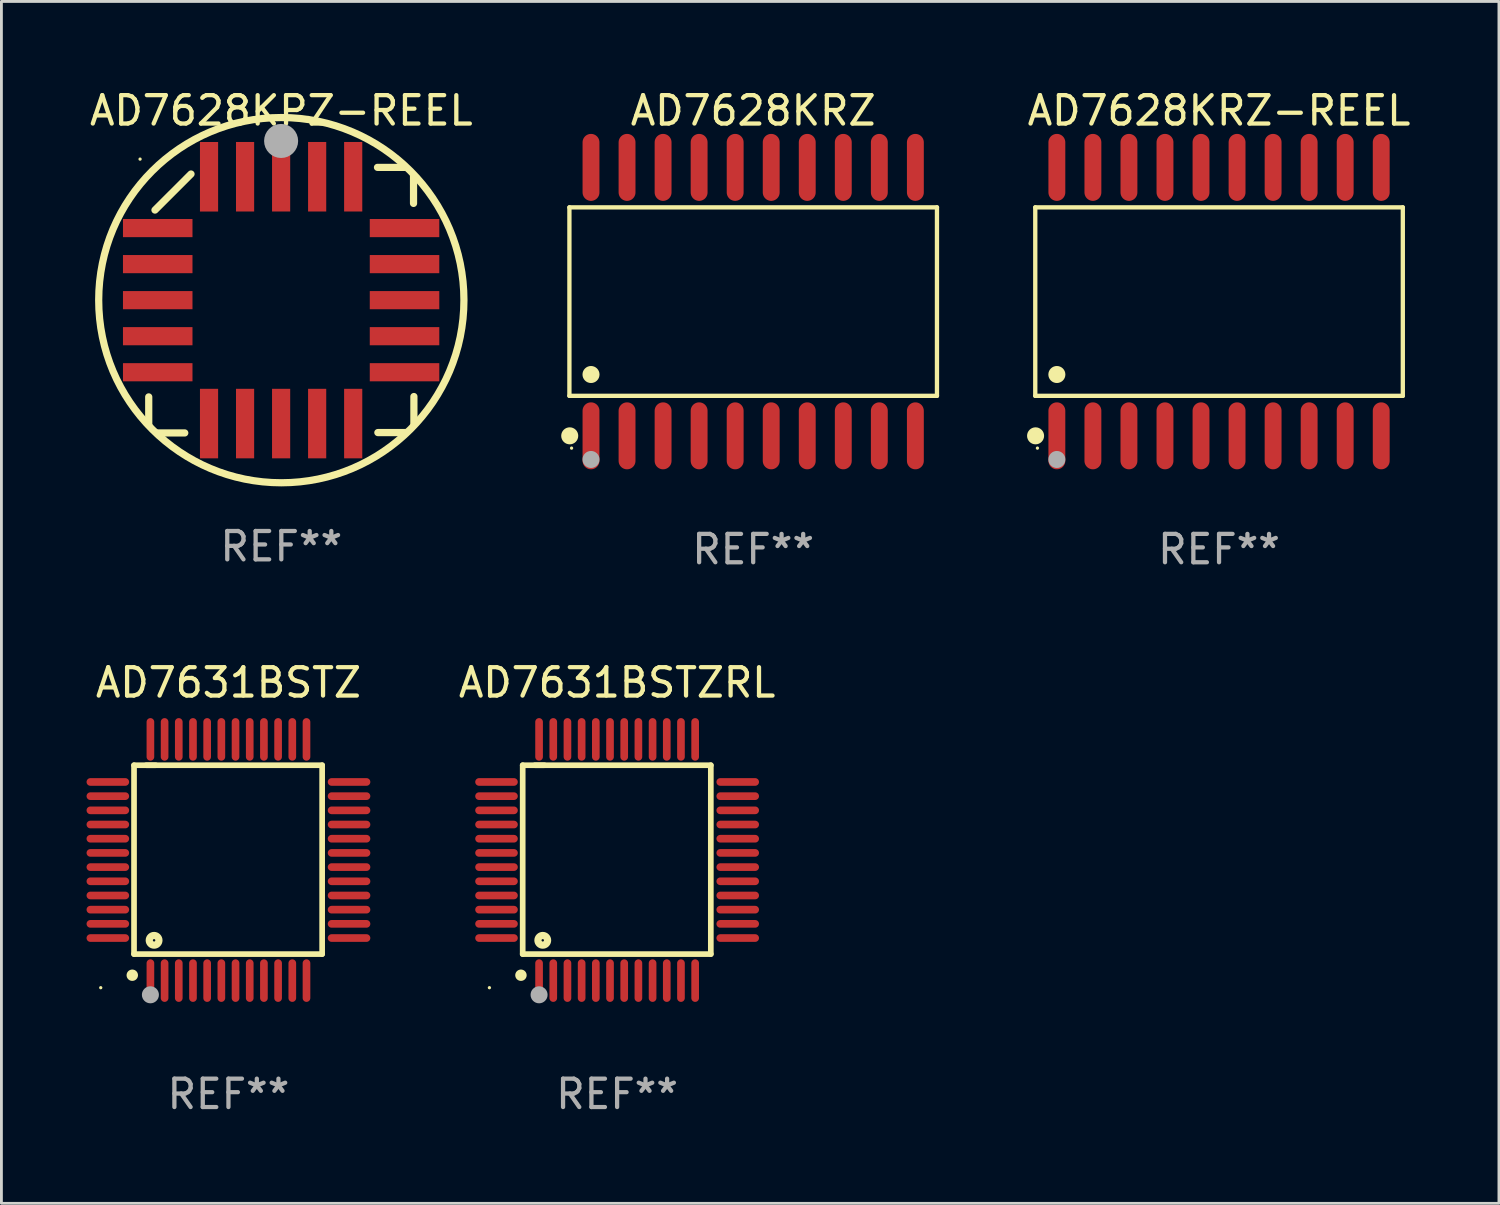
<source format=kicad_pcb>
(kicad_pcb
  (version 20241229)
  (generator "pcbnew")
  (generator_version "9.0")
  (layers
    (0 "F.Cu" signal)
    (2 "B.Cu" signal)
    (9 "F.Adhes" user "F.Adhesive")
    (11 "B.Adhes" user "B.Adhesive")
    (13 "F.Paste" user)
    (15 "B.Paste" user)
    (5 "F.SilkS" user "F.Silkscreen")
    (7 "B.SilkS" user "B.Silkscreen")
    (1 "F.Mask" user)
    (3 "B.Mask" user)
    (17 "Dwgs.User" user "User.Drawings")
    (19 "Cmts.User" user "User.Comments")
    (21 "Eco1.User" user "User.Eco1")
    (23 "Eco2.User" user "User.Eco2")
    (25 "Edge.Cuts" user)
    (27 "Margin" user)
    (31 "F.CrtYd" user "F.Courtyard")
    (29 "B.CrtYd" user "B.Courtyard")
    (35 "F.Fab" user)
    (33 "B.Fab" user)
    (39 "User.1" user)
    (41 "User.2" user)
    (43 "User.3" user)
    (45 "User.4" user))
  (footprint "AD7631BSTZRL"
    (layer "F.Cu")
    (at 18.696 27.255)
    (property "Reference" "AD7631BSTZRL" (at 0 -6.25 0) (layer "F.SilkS") (effects (font (size 1 1) (thickness 0.15))))
    (attr through_hole)
    (fp_line (start -3.327 -3.34) (end -2.565 -3.34) (stroke (width 0.2) (type solid)) (layer "F.SilkS"))
    (fp_line (start -3.327 3.315) (end -3.327 -3.34) (stroke (width 0.2) (type solid)) (layer "F.SilkS"))
    (fp_line (start -2.896 -3.34) (end 3.302 -3.34) (stroke (width 0.2) (type solid)) (layer "F.SilkS"))
    (fp_line (start 3.302 -3.34) (end 3.302 3.315) (stroke (width 0.2) (type solid)) (layer "F.SilkS"))
    (fp_line (start 3.302 3.315) (end -3.327 3.315) (stroke (width 0.2) (type solid)) (layer "F.SilkS"))
    (fp_arc (start -3.389992 4.059995) (mid -3.388722 4.059991) (end -3.387452 4.059995) (stroke (width 0.4) (type solid)) (layer "F.SilkS"))
    (fp_circle (center -4.5 4.5) (end -4.47 4.5) (stroke (width 0.06) (type solid)) (fill no) (layer "F.SilkS"))
    (fp_circle (center -2.62 2.83) (end -2.45 2.83) (stroke (width 0.254) (type solid)) (fill no) (layer "F.SilkS"))
    (fp_circle (center -2.75 4.75) (end -2.6 4.75) (stroke (width 0.3) (type solid)) (fill no) (layer "F.Fab"))
    (fp_text user "REF**" (at 0 8.25 0) (layer "F.Fab") (effects (font (size 1 1) (thickness 0.15))))
    (pad "1" smd oval (at -2.75 4.25) (size 0.27 1.5) (layers "F.Cu" "F.Mask" "F.Paste"))
    (pad "2" smd oval (at -2.25 4.25) (size 0.27 1.5) (layers "F.Cu" "F.Mask" "F.Paste"))
    (pad "3" smd oval (at -1.75 4.25) (size 0.27 1.5) (layers "F.Cu" "F.Mask" "F.Paste"))
    (pad "4" smd oval (at -1.25 4.25) (size 0.27 1.5) (layers "F.Cu" "F.Mask" "F.Paste"))
    (pad "5" smd oval (at -0.75 4.25) (size 0.27 1.5) (layers "F.Cu" "F.Mask" "F.Paste"))
    (pad "6" smd oval (at -0.25 4.25) (size 0.27 1.5) (layers "F.Cu" "F.Mask" "F.Paste"))
    (pad "7" smd oval (at 0.25 4.25) (size 0.27 1.5) (layers "F.Cu" "F.Mask" "F.Paste"))
    (pad "8" smd oval (at 0.75 4.25) (size 0.27 1.5) (layers "F.Cu" "F.Mask" "F.Paste"))
    (pad "9" smd oval (at 1.25 4.25) (size 0.27 1.5) (layers "F.Cu" "F.Mask" "F.Paste"))
    (pad "10" smd oval (at 1.75 4.25) (size 0.27 1.5) (layers "F.Cu" "F.Mask" "F.Paste"))
    (pad "11" smd oval (at 2.25 4.25) (size 0.27 1.5) (layers "F.Cu" "F.Mask" "F.Paste"))
    (pad "12" smd oval (at 2.75 4.25) (size 0.27 1.5) (layers "F.Cu" "F.Mask" "F.Paste"))
    (pad "13" smd oval (at 4.25 2.75) (size 1.5 0.27) (layers "F.Cu" "F.Mask" "F.Paste"))
    (pad "14" smd oval (at 4.25 2.25) (size 1.5 0.27) (layers "F.Cu" "F.Mask" "F.Paste"))
    (pad "15" smd oval (at 4.25 1.75) (size 1.5 0.27) (layers "F.Cu" "F.Mask" "F.Paste"))
    (pad "16" smd oval (at 4.25 1.25) (size 1.5 0.27) (layers "F.Cu" "F.Mask" "F.Paste"))
    (pad "17" smd oval (at 4.25 0.75) (size 1.5 0.27) (layers "F.Cu" "F.Mask" "F.Paste"))
    (pad "18" smd oval (at 4.25 0.25) (size 1.5 0.27) (layers "F.Cu" "F.Mask" "F.Paste"))
    (pad "19" smd oval (at 4.25 -0.25) (size 1.5 0.27) (layers "F.Cu" "F.Mask" "F.Paste"))
    (pad "20" smd oval (at 4.25 -0.75) (size 1.5 0.27) (layers "F.Cu" "F.Mask" "F.Paste"))
    (pad "21" smd oval (at 4.25 -1.25) (size 1.5 0.27) (layers "F.Cu" "F.Mask" "F.Paste"))
    (pad "22" smd oval (at 4.25 -1.75) (size 1.5 0.27) (layers "F.Cu" "F.Mask" "F.Paste"))
    (pad "23" smd oval (at 4.25 -2.25) (size 1.5 0.27) (layers "F.Cu" "F.Mask" "F.Paste"))
    (pad "24" smd oval (at 4.25 -2.75) (size 1.5 0.27) (layers "F.Cu" "F.Mask" "F.Paste"))
    (pad "25" smd oval (at 2.75 -4.25) (size 0.27 1.5) (layers "F.Cu" "F.Mask" "F.Paste"))
    (pad "26" smd oval (at 2.25 -4.25) (size 0.27 1.5) (layers "F.Cu" "F.Mask" "F.Paste"))
    (pad "27" smd oval (at 1.75 -4.25) (size 0.27 1.5) (layers "F.Cu" "F.Mask" "F.Paste"))
    (pad "28" smd oval (at 1.25 -4.25) (size 0.27 1.5) (layers "F.Cu" "F.Mask" "F.Paste"))
    (pad "29" smd oval (at 0.75 -4.25) (size 0.27 1.5) (layers "F.Cu" "F.Mask" "F.Paste"))
    (pad "30" smd oval (at 0.25 -4.25) (size 0.27 1.5) (layers "F.Cu" "F.Mask" "F.Paste"))
    (pad "31" smd oval (at -0.25 -4.25) (size 0.27 1.5) (layers "F.Cu" "F.Mask" "F.Paste"))
    (pad "32" smd oval (at -0.75 -4.25) (size 0.27 1.5) (layers "F.Cu" "F.Mask" "F.Paste"))
    (pad "33" smd oval (at -1.25 -4.25) (size 0.27 1.5) (layers "F.Cu" "F.Mask" "F.Paste"))
    (pad "34" smd oval (at -1.75 -4.25) (size 0.27 1.5) (layers "F.Cu" "F.Mask" "F.Paste"))
    (pad "35" smd oval (at -2.25 -4.25) (size 0.27 1.5) (layers "F.Cu" "F.Mask" "F.Paste"))
    (pad "36" smd oval (at -2.75 -4.25) (size 0.27 1.5) (layers "F.Cu" "F.Mask" "F.Paste"))
    (pad "37" smd oval (at -4.25 -2.75) (size 1.5 0.27) (layers "F.Cu" "F.Mask" "F.Paste"))
    (pad "38" smd oval (at -4.25 -2.25) (size 1.5 0.27) (layers "F.Cu" "F.Mask" "F.Paste"))
    (pad "39" smd oval (at -4.25 -1.75) (size 1.5 0.27) (layers "F.Cu" "F.Mask" "F.Paste"))
    (pad "40" smd oval (at -4.25 -1.25) (size 1.5 0.27) (layers "F.Cu" "F.Mask" "F.Paste"))
    (pad "41" smd oval (at -4.25 -0.75) (size 1.5 0.27) (layers "F.Cu" "F.Mask" "F.Paste"))
    (pad "42" smd oval (at -4.25 -0.25) (size 1.5 0.27) (layers "F.Cu" "F.Mask" "F.Paste"))
    (pad "43" smd oval (at -4.25 0.25) (size 1.5 0.27) (layers "F.Cu" "F.Mask" "F.Paste"))
    (pad "44" smd oval (at -4.25 0.75) (size 1.5 0.27) (layers "F.Cu" "F.Mask" "F.Paste"))
    (pad "45" smd oval (at -4.25 1.25) (size 1.5 0.27) (layers "F.Cu" "F.Mask" "F.Paste"))
    (pad "46" smd oval (at -4.25 1.75) (size 1.5 0.27) (layers "F.Cu" "F.Mask" "F.Paste"))
    (pad "47" smd oval (at -4.25 2.25) (size 1.5 0.27) (layers "F.Cu" "F.Mask" "F.Paste"))
    (pad "48" smd oval (at -4.25 2.75) (size 1.5 0.27) (layers "F.Cu" "F.Mask" "F.Paste")))
  (footprint "AD7628KRZ-REEL"
    (layer "F.Cu")
    (at 39.907 7.578)
    (property "Reference" "AD7628KRZ-REEL" (at 0 -6.73 0) (layer "F.SilkS") (effects (font (size 1 1) (thickness 0.15))))
    (attr through_hole)
    (fp_line (start -6.476 -3.321) (end 6.476 -3.321) (stroke (width 0.152) (type solid)) (layer "F.SilkS"))
    (fp_line (start -6.476 3.321) (end -6.476 -3.321) (stroke (width 0.152) (type solid)) (layer "F.SilkS"))
    (fp_line (start 6.476 -3.321) (end 6.476 3.321) (stroke (width 0.152) (type solid)) (layer "F.SilkS"))
    (fp_line (start 6.476 3.321) (end -6.476 3.321) (stroke (width 0.152) (type solid)) (layer "F.SilkS"))
    (fp_circle (center -6.465 4.73) (end -6.315 4.73) (stroke (width 0.3) (type solid)) (fill no) (layer "F.SilkS"))
    (fp_circle (center -6.4 5.163) (end -6.37 5.163) (stroke (width 0.06) (type solid)) (fill no) (layer "F.SilkS"))
    (fp_circle (center -5.715 2.569) (end -5.565 2.569) (stroke (width 0.3) (type solid)) (fill no) (layer "F.SilkS"))
    (fp_circle (center -5.715 5.563) (end -5.565 5.563) (stroke (width 0.3) (type solid)) (fill no) (layer "F.Fab"))
    (fp_text user "REF**" (at 0 8.73 0) (layer "F.Fab") (effects (font (size 1 1) (thickness 0.15))))
    (pad "1" smd oval (at -5.715 4.73) (size 0.595 2.36) (layers "F.Cu" "F.Mask" "F.Paste"))
    (pad "2" smd oval (at -4.445 4.73) (size 0.595 2.36) (layers "F.Cu" "F.Mask" "F.Paste"))
    (pad "3" smd oval (at -3.175 4.73) (size 0.595 2.36) (layers "F.Cu" "F.Mask" "F.Paste"))
    (pad "4" smd oval (at -1.905 4.73) (size 0.595 2.36) (layers "F.Cu" "F.Mask" "F.Paste"))
    (pad "5" smd oval (at -0.635 4.73) (size 0.595 2.36) (layers "F.Cu" "F.Mask" "F.Paste"))
    (pad "6" smd oval (at 0.635 4.73) (size 0.595 2.36) (layers "F.Cu" "F.Mask" "F.Paste"))
    (pad "7" smd oval (at 1.905 4.73) (size 0.595 2.36) (layers "F.Cu" "F.Mask" "F.Paste"))
    (pad "8" smd oval (at 3.175 4.73) (size 0.595 2.36) (layers "F.Cu" "F.Mask" "F.Paste"))
    (pad "9" smd oval (at 4.445 4.73) (size 0.595 2.36) (layers "F.Cu" "F.Mask" "F.Paste"))
    (pad "10" smd oval (at 5.715 4.73) (size 0.595 2.36) (layers "F.Cu" "F.Mask" "F.Paste"))
    (pad "11" smd oval (at 5.715 -4.73) (size 0.595 2.36) (layers "F.Cu" "F.Mask" "F.Paste"))
    (pad "12" smd oval (at 4.445 -4.73) (size 0.595 2.36) (layers "F.Cu" "F.Mask" "F.Paste"))
    (pad "13" smd oval (at 3.175 -4.73) (size 0.595 2.36) (layers "F.Cu" "F.Mask" "F.Paste"))
    (pad "14" smd oval (at 1.905 -4.73) (size 0.595 2.36) (layers "F.Cu" "F.Mask" "F.Paste"))
    (pad "15" smd oval (at 0.635 -4.73) (size 0.595 2.36) (layers "F.Cu" "F.Mask" "F.Paste"))
    (pad "16" smd oval (at -0.635 -4.73) (size 0.595 2.36) (layers "F.Cu" "F.Mask" "F.Paste"))
    (pad "17" smd oval (at -1.905 -4.73) (size 0.595 2.36) (layers "F.Cu" "F.Mask" "F.Paste"))
    (pad "18" smd oval (at -3.175 -4.73) (size 0.595 2.36) (layers "F.Cu" "F.Mask" "F.Paste"))
    (pad "19" smd oval (at -4.445 -4.73) (size 0.595 2.36) (layers "F.Cu" "F.Mask" "F.Paste"))
    (pad "20" smd oval (at -5.715 -4.73) (size 0.595 2.36) (layers "F.Cu" "F.Mask" "F.Paste")))
  (footprint "AD7628KPZ-REEL"
    (layer "F.Cu")
    (at 6.863 7.527)
    (property "Reference" "AD7628KPZ-REEL" (at 0 -6.679 0) (layer "F.SilkS") (effects (font (size 1 1) (thickness 0.15))))
    (attr through_hole)
    (fp_line (start -4.672 4.4) (end -4.672 3.409) (stroke (width 0.254) (type solid)) (layer "F.SilkS"))
    (fp_line (start -4.452 -3.175) (end -3.182 -4.445) (stroke (width 0.254) (type solid)) (layer "F.SilkS"))
    (fp_line (start -4.393 4.679) (end -3.402 4.679) (stroke (width 0.254) (type solid)) (layer "F.SilkS"))
    (fp_line (start 4.379 -4.679) (end 3.389 -4.679) (stroke (width 0.254) (type solid)) (layer "F.SilkS"))
    (fp_line (start 4.393 4.666) (end 3.402 4.666) (stroke (width 0.254) (type solid)) (layer "F.SilkS"))
    (fp_line (start 4.659 -4.4) (end 4.659 -3.409) (stroke (width 0.254) (type solid)) (layer "F.SilkS"))
    (fp_line (start 4.672 4.386) (end 4.672 3.396) (stroke (width 0.254) (type solid)) (layer "F.SilkS"))
    (fp_arc (start -4.672276 4.424968) (mid 4.672254 -4.424946) (end -4.672276 4.424968) (stroke (width 0.254001) (type solid)) (layer "F.SilkS"))
    (fp_arc (start 0.089827 -5.759969) (mid 0.097662 -5.803742) (end 0.120307 -5.842012) (stroke (width 0.249936) (type solid)) (layer "F.SilkS"))
    (fp_circle (center -4.977 -4.97) (end -4.947 -4.97) (stroke (width 0.06) (type solid)) (fill no) (layer "F.SilkS"))
    (fp_circle (center -0.007 -5.61) (end 0.293 -5.61) (stroke (width 0.6) (type solid)) (fill no) (layer "F.Fab"))
    (fp_text user "REF**" (at 0 8.679 0) (layer "F.Fab") (effects (font (size 1 1) (thickness 0.15))))
    (pad "1" smd rect (at -0.007 -4.349) (size 0.64 2.45) (layers "F.Cu" "F.Mask" "F.Paste"))
    (pad "2" smd rect (at -1.277 -4.349) (size 0.64 2.45) (layers "F.Cu" "F.Mask" "F.Paste"))
    (pad "3" smd rect (at -2.547 -4.348) (size 0.64 2.45) (layers "F.Cu" "F.Mask" "F.Paste"))
    (pad "4" smd rect (at -4.355 -2.54) (size 2.45 0.64) (layers "F.Cu" "F.Mask" "F.Paste"))
    (pad "5" smd rect (at -4.355 -1.27) (size 2.45 0.64) (layers "F.Cu" "F.Mask" "F.Paste"))
    (pad "6" smd rect (at -4.355 0) (size 2.45 0.64) (layers "F.Cu" "F.Mask" "F.Paste"))
    (pad "7" smd rect (at -4.355 1.27) (size 2.45 0.64) (layers "F.Cu" "F.Mask" "F.Paste"))
    (pad "8" smd rect (at -4.355 2.54) (size 2.45 0.64) (layers "F.Cu" "F.Mask" "F.Paste"))
    (pad "9" smd rect (at -2.547 4.349) (size 0.64 2.45) (layers "F.Cu" "F.Mask" "F.Paste"))
    (pad "10" smd rect (at -1.277 4.349) (size 0.64 2.45) (layers "F.Cu" "F.Mask" "F.Paste"))
    (pad "11" smd rect (at -0.007 4.349) (size 0.64 2.45) (layers "F.Cu" "F.Mask" "F.Paste"))
    (pad "12" smd rect (at 1.263 4.349) (size 0.64 2.45) (layers "F.Cu" "F.Mask" "F.Paste"))
    (pad "13" smd rect (at 2.533 4.349) (size 0.64 2.45) (layers "F.Cu" "F.Mask" "F.Paste"))
    (pad "14" smd rect (at 4.342 2.54) (size 2.45 0.64) (layers "F.Cu" "F.Mask" "F.Paste"))
    (pad "15" smd rect (at 4.342 1.27) (size 2.45 0.64) (layers "F.Cu" "F.Mask" "F.Paste"))
    (pad "16" smd rect (at 4.342 0) (size 2.45 0.64) (layers "F.Cu" "F.Mask" "F.Paste"))
    (pad "17" smd rect (at 4.342 -1.27) (size 2.45 0.64) (layers "F.Cu" "F.Mask" "F.Paste"))
    (pad "18" smd rect (at 4.342 -2.54) (size 2.45 0.64) (layers "F.Cu" "F.Mask" "F.Paste"))
    (pad "19" smd rect (at 2.533 -4.349) (size 0.64 2.45) (layers "F.Cu" "F.Mask" "F.Paste"))
    (pad "20" smd rect (at 1.263 -4.349) (size 0.64 2.45) (layers "F.Cu" "F.Mask" "F.Paste")))
  (footprint "AD7628KRZ"
    (layer "F.Cu")
    (at 23.491 7.578)
    (property "Reference" "AD7628KRZ" (at 0 -6.73 0) (layer "F.SilkS") (effects (font (size 1 1) (thickness 0.15))))
    (attr through_hole)
    (fp_line (start -6.476 -3.321) (end 6.476 -3.321) (stroke (width 0.152) (type solid)) (layer "F.SilkS"))
    (fp_line (start -6.476 3.321) (end -6.476 -3.321) (stroke (width 0.152) (type solid)) (layer "F.SilkS"))
    (fp_line (start 6.476 -3.321) (end 6.476 3.321) (stroke (width 0.152) (type solid)) (layer "F.SilkS"))
    (fp_line (start 6.476 3.321) (end -6.476 3.321) (stroke (width 0.152) (type solid)) (layer "F.SilkS"))
    (fp_circle (center -6.465 4.73) (end -6.315 4.73) (stroke (width 0.3) (type solid)) (fill no) (layer "F.SilkS"))
    (fp_circle (center -6.4 5.163) (end -6.37 5.163) (stroke (width 0.06) (type solid)) (fill no) (layer "F.SilkS"))
    (fp_circle (center -5.715 2.569) (end -5.565 2.569) (stroke (width 0.3) (type solid)) (fill no) (layer "F.SilkS"))
    (fp_circle (center -5.715 5.563) (end -5.565 5.563) (stroke (width 0.3) (type solid)) (fill no) (layer "F.Fab"))
    (fp_text user "REF**" (at 0 8.73 0) (layer "F.Fab") (effects (font (size 1 1) (thickness 0.15))))
    (pad "1" smd oval (at -5.715 4.73) (size 0.595 2.36) (layers "F.Cu" "F.Mask" "F.Paste"))
    (pad "2" smd oval (at -4.445 4.73) (size 0.595 2.36) (layers "F.Cu" "F.Mask" "F.Paste"))
    (pad "3" smd oval (at -3.175 4.73) (size 0.595 2.36) (layers "F.Cu" "F.Mask" "F.Paste"))
    (pad "4" smd oval (at -1.905 4.73) (size 0.595 2.36) (layers "F.Cu" "F.Mask" "F.Paste"))
    (pad "5" smd oval (at -0.635 4.73) (size 0.595 2.36) (layers "F.Cu" "F.Mask" "F.Paste"))
    (pad "6" smd oval (at 0.635 4.73) (size 0.595 2.36) (layers "F.Cu" "F.Mask" "F.Paste"))
    (pad "7" smd oval (at 1.905 4.73) (size 0.595 2.36) (layers "F.Cu" "F.Mask" "F.Paste"))
    (pad "8" smd oval (at 3.175 4.73) (size 0.595 2.36) (layers "F.Cu" "F.Mask" "F.Paste"))
    (pad "9" smd oval (at 4.445 4.73) (size 0.595 2.36) (layers "F.Cu" "F.Mask" "F.Paste"))
    (pad "10" smd oval (at 5.715 4.73) (size 0.595 2.36) (layers "F.Cu" "F.Mask" "F.Paste"))
    (pad "11" smd oval (at 5.715 -4.73) (size 0.595 2.36) (layers "F.Cu" "F.Mask" "F.Paste"))
    (pad "12" smd oval (at 4.445 -4.73) (size 0.595 2.36) (layers "F.Cu" "F.Mask" "F.Paste"))
    (pad "13" smd oval (at 3.175 -4.73) (size 0.595 2.36) (layers "F.Cu" "F.Mask" "F.Paste"))
    (pad "14" smd oval (at 1.905 -4.73) (size 0.595 2.36) (layers "F.Cu" "F.Mask" "F.Paste"))
    (pad "15" smd oval (at 0.635 -4.73) (size 0.595 2.36) (layers "F.Cu" "F.Mask" "F.Paste"))
    (pad "16" smd oval (at -0.635 -4.73) (size 0.595 2.36) (layers "F.Cu" "F.Mask" "F.Paste"))
    (pad "17" smd oval (at -1.905 -4.73) (size 0.595 2.36) (layers "F.Cu" "F.Mask" "F.Paste"))
    (pad "18" smd oval (at -3.175 -4.73) (size 0.595 2.36) (layers "F.Cu" "F.Mask" "F.Paste"))
    (pad "19" smd oval (at -4.445 -4.73) (size 0.595 2.36) (layers "F.Cu" "F.Mask" "F.Paste"))
    (pad "20" smd oval (at -5.715 -4.73) (size 0.595 2.36) (layers "F.Cu" "F.Mask" "F.Paste")))
  (footprint "AD7631BSTZ"
    (layer "F.Cu")
    (at 5 27.255)
    (property "Reference" "AD7631BSTZ" (at 0 -6.25 0) (layer "F.SilkS") (effects (font (size 1 1) (thickness 0.15))))
    (attr through_hole)
    (fp_line (start -3.327 -3.34) (end -2.565 -3.34) (stroke (width 0.2) (type solid)) (layer "F.SilkS"))
    (fp_line (start -3.327 3.315) (end -3.327 -3.34) (stroke (width 0.2) (type solid)) (layer "F.SilkS"))
    (fp_line (start -2.896 -3.34) (end 3.302 -3.34) (stroke (width 0.2) (type solid)) (layer "F.SilkS"))
    (fp_line (start 3.302 -3.34) (end 3.302 3.315) (stroke (width 0.2) (type solid)) (layer "F.SilkS"))
    (fp_line (start 3.302 3.315) (end -3.327 3.315) (stroke (width 0.2) (type solid)) (layer "F.SilkS"))
    (fp_arc (start -3.389992 4.059995) (mid -3.388722 4.059991) (end -3.387452 4.059995) (stroke (width 0.4) (type solid)) (layer "F.SilkS"))
    (fp_circle (center -4.5 4.5) (end -4.47 4.5) (stroke (width 0.06) (type solid)) (fill no) (layer "F.SilkS"))
    (fp_circle (center -2.62 2.83) (end -2.45 2.83) (stroke (width 0.254) (type solid)) (fill no) (layer "F.SilkS"))
    (fp_circle (center -2.75 4.75) (end -2.6 4.75) (stroke (width 0.3) (type solid)) (fill no) (layer "F.Fab"))
    (fp_text user "REF**" (at 0 8.25 0) (layer "F.Fab") (effects (font (size 1 1) (thickness 0.15))))
    (pad "1" smd oval (at -2.75 4.25) (size 0.27 1.5) (layers "F.Cu" "F.Mask" "F.Paste"))
    (pad "2" smd oval (at -2.25 4.25) (size 0.27 1.5) (layers "F.Cu" "F.Mask" "F.Paste"))
    (pad "3" smd oval (at -1.75 4.25) (size 0.27 1.5) (layers "F.Cu" "F.Mask" "F.Paste"))
    (pad "4" smd oval (at -1.25 4.25) (size 0.27 1.5) (layers "F.Cu" "F.Mask" "F.Paste"))
    (pad "5" smd oval (at -0.75 4.25) (size 0.27 1.5) (layers "F.Cu" "F.Mask" "F.Paste"))
    (pad "6" smd oval (at -0.25 4.25) (size 0.27 1.5) (layers "F.Cu" "F.Mask" "F.Paste"))
    (pad "7" smd oval (at 0.25 4.25) (size 0.27 1.5) (layers "F.Cu" "F.Mask" "F.Paste"))
    (pad "8" smd oval (at 0.75 4.25) (size 0.27 1.5) (layers "F.Cu" "F.Mask" "F.Paste"))
    (pad "9" smd oval (at 1.25 4.25) (size 0.27 1.5) (layers "F.Cu" "F.Mask" "F.Paste"))
    (pad "10" smd oval (at 1.75 4.25) (size 0.27 1.5) (layers "F.Cu" "F.Mask" "F.Paste"))
    (pad "11" smd oval (at 2.25 4.25) (size 0.27 1.5) (layers "F.Cu" "F.Mask" "F.Paste"))
    (pad "12" smd oval (at 2.75 4.25) (size 0.27 1.5) (layers "F.Cu" "F.Mask" "F.Paste"))
    (pad "13" smd oval (at 4.25 2.75) (size 1.5 0.27) (layers "F.Cu" "F.Mask" "F.Paste"))
    (pad "14" smd oval (at 4.25 2.25) (size 1.5 0.27) (layers "F.Cu" "F.Mask" "F.Paste"))
    (pad "15" smd oval (at 4.25 1.75) (size 1.5 0.27) (layers "F.Cu" "F.Mask" "F.Paste"))
    (pad "16" smd oval (at 4.25 1.25) (size 1.5 0.27) (layers "F.Cu" "F.Mask" "F.Paste"))
    (pad "17" smd oval (at 4.25 0.75) (size 1.5 0.27) (layers "F.Cu" "F.Mask" "F.Paste"))
    (pad "18" smd oval (at 4.25 0.25) (size 1.5 0.27) (layers "F.Cu" "F.Mask" "F.Paste"))
    (pad "19" smd oval (at 4.25 -0.25) (size 1.5 0.27) (layers "F.Cu" "F.Mask" "F.Paste"))
    (pad "20" smd oval (at 4.25 -0.75) (size 1.5 0.27) (layers "F.Cu" "F.Mask" "F.Paste"))
    (pad "21" smd oval (at 4.25 -1.25) (size 1.5 0.27) (layers "F.Cu" "F.Mask" "F.Paste"))
    (pad "22" smd oval (at 4.25 -1.75) (size 1.5 0.27) (layers "F.Cu" "F.Mask" "F.Paste"))
    (pad "23" smd oval (at 4.25 -2.25) (size 1.5 0.27) (layers "F.Cu" "F.Mask" "F.Paste"))
    (pad "24" smd oval (at 4.25 -2.75) (size 1.5 0.27) (layers "F.Cu" "F.Mask" "F.Paste"))
    (pad "25" smd oval (at 2.75 -4.25) (size 0.27 1.5) (layers "F.Cu" "F.Mask" "F.Paste"))
    (pad "26" smd oval (at 2.25 -4.25) (size 0.27 1.5) (layers "F.Cu" "F.Mask" "F.Paste"))
    (pad "27" smd oval (at 1.75 -4.25) (size 0.27 1.5) (layers "F.Cu" "F.Mask" "F.Paste"))
    (pad "28" smd oval (at 1.25 -4.25) (size 0.27 1.5) (layers "F.Cu" "F.Mask" "F.Paste"))
    (pad "29" smd oval (at 0.75 -4.25) (size 0.27 1.5) (layers "F.Cu" "F.Mask" "F.Paste"))
    (pad "30" smd oval (at 0.25 -4.25) (size 0.27 1.5) (layers "F.Cu" "F.Mask" "F.Paste"))
    (pad "31" smd oval (at -0.25 -4.25) (size 0.27 1.5) (layers "F.Cu" "F.Mask" "F.Paste"))
    (pad "32" smd oval (at -0.75 -4.25) (size 0.27 1.5) (layers "F.Cu" "F.Mask" "F.Paste"))
    (pad "33" smd oval (at -1.25 -4.25) (size 0.27 1.5) (layers "F.Cu" "F.Mask" "F.Paste"))
    (pad "34" smd oval (at -1.75 -4.25) (size 0.27 1.5) (layers "F.Cu" "F.Mask" "F.Paste"))
    (pad "35" smd oval (at -2.25 -4.25) (size 0.27 1.5) (layers "F.Cu" "F.Mask" "F.Paste"))
    (pad "36" smd oval (at -2.75 -4.25) (size 0.27 1.5) (layers "F.Cu" "F.Mask" "F.Paste"))
    (pad "37" smd oval (at -4.25 -2.75) (size 1.5 0.27) (layers "F.Cu" "F.Mask" "F.Paste"))
    (pad "38" smd oval (at -4.25 -2.25) (size 1.5 0.27) (layers "F.Cu" "F.Mask" "F.Paste"))
    (pad "39" smd oval (at -4.25 -1.75) (size 1.5 0.27) (layers "F.Cu" "F.Mask" "F.Paste"))
    (pad "40" smd oval (at -4.25 -1.25) (size 1.5 0.27) (layers "F.Cu" "F.Mask" "F.Paste"))
    (pad "41" smd oval (at -4.25 -0.75) (size 1.5 0.27) (layers "F.Cu" "F.Mask" "F.Paste"))
    (pad "42" smd oval (at -4.25 -0.25) (size 1.5 0.27) (layers "F.Cu" "F.Mask" "F.Paste"))
    (pad "43" smd oval (at -4.25 0.25) (size 1.5 0.27) (layers "F.Cu" "F.Mask" "F.Paste"))
    (pad "44" smd oval (at -4.25 0.75) (size 1.5 0.27) (layers "F.Cu" "F.Mask" "F.Paste"))
    (pad "45" smd oval (at -4.25 1.25) (size 1.5 0.27) (layers "F.Cu" "F.Mask" "F.Paste"))
    (pad "46" smd oval (at -4.25 1.75) (size 1.5 0.27) (layers "F.Cu" "F.Mask" "F.Paste"))
    (pad "47" smd oval (at -4.25 2.25) (size 1.5 0.27) (layers "F.Cu" "F.Mask" "F.Paste"))
    (pad "48" smd oval (at -4.25 2.75) (size 1.5 0.27) (layers "F.Cu" "F.Mask" "F.Paste")))
  (gr_rect
    (start -3 -3)
    (end 49.77 39.353)
    (stroke (width 0.1) (type default))
    (fill no)
    (layer "Edge.Cuts")))
</source>
